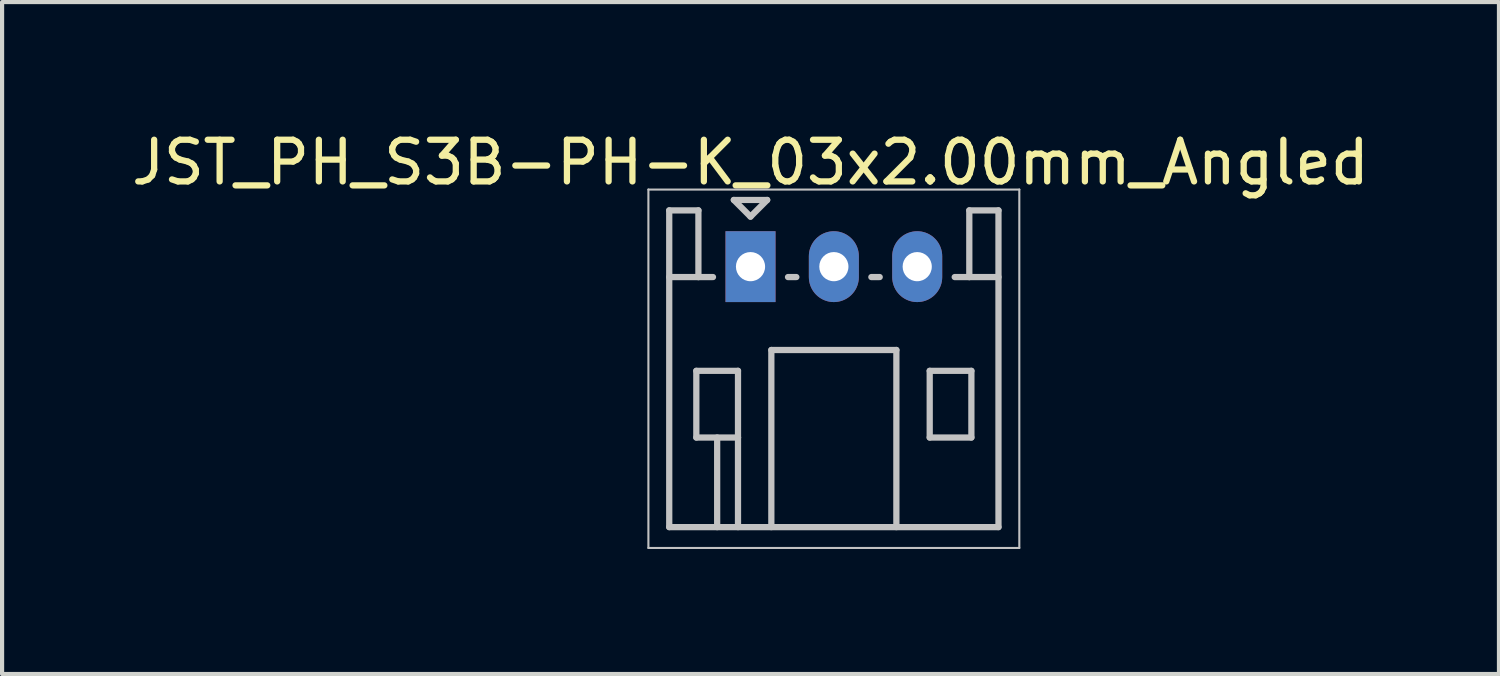
<source format=kicad_pcb>
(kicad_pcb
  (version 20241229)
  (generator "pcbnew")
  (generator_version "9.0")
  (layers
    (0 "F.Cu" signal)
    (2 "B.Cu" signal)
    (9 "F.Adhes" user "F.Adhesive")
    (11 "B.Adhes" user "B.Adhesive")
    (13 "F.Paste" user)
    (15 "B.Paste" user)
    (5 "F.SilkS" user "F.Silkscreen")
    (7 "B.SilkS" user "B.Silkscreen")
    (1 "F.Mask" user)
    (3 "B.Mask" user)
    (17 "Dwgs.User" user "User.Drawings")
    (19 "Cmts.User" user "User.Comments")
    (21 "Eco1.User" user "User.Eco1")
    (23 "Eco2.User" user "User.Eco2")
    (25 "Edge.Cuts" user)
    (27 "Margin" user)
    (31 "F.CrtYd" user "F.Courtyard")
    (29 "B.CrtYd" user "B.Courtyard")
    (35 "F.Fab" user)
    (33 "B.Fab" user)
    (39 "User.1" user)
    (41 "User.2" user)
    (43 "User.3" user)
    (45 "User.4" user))
  (footprint "JST_PH_S3B-PH-K_03x2.00mm_Angled"
    (layer "F.Cu")
    (at 14.958 3.348)
    (property "Reference" "JST_PH_S3B-PH-K_03x2.00mm_Angled" (at 0 -2.5 0) (layer "F.SilkS") (effects (font (size 1 1) (thickness 0.15))))
    (attr through_hole)
    (fp_line (start -2.45 -1.85) (end 6.45 -1.85) (stroke (width 0.05) (type solid)) (layer "Dwgs.User"))
    (fp_line (start -2.45 6.75) (end -2.45 -1.85) (stroke (width 0.05) (type solid)) (layer "Dwgs.User"))
    (fp_line (start -1.95 -1.35) (end -1.95 6.25) (stroke (width 0.15) (type solid)) (layer "Dwgs.User"))
    (fp_line (start -1.95 0.25) (end -1.25 0.25) (stroke (width 0.15) (type solid)) (layer "Dwgs.User"))
    (fp_line (start -1.95 6.25) (end 5.95 6.25) (stroke (width 0.15) (type solid)) (layer "Dwgs.User"))
    (fp_line (start -1.3 2.5) (end -1.3 4.1) (stroke (width 0.15) (type solid)) (layer "Dwgs.User"))
    (fp_line (start -1.3 4.1) (end -0.3 4.1) (stroke (width 0.15) (type solid)) (layer "Dwgs.User"))
    (fp_line (start -1.25 -1.35) (end -1.95 -1.35) (stroke (width 0.15) (type solid)) (layer "Dwgs.User"))
    (fp_line (start -1.25 0.25) (end -1.25 -1.35) (stroke (width 0.15) (type solid)) (layer "Dwgs.User"))
    (fp_line (start -0.9 0.25) (end -1.25 0.25) (stroke (width 0.15) (type solid)) (layer "Dwgs.User"))
    (fp_line (start -0.8 4.1) (end -0.8 6.25) (stroke (width 0.15) (type solid)) (layer "Dwgs.User"))
    (fp_line (start -0.4 -1.6) (end 0.4 -1.6) (stroke (width 0.15) (type solid)) (layer "Dwgs.User"))
    (fp_line (start -0.3 2.5) (end -1.3 2.5) (stroke (width 0.15) (type solid)) (layer "Dwgs.User"))
    (fp_line (start -0.3 4.1) (end -0.3 2.5) (stroke (width 0.15) (type solid)) (layer "Dwgs.User"))
    (fp_line (start -0.3 4.1) (end -0.3 6.25) (stroke (width 0.15) (type solid)) (layer "Dwgs.User"))
    (fp_line (start 0 -1.2) (end -0.4 -1.6) (stroke (width 0.15) (type solid)) (layer "Dwgs.User"))
    (fp_line (start 0.4 -1.6) (end 0 -1.2) (stroke (width 0.15) (type solid)) (layer "Dwgs.User"))
    (fp_line (start 0.5 2) (end 3.5 2) (stroke (width 0.15) (type solid)) (layer "Dwgs.User"))
    (fp_line (start 0.5 6.25) (end 0.5 2) (stroke (width 0.15) (type solid)) (layer "Dwgs.User"))
    (fp_line (start 0.9 0.25) (end 1.1 0.25) (stroke (width 0.15) (type solid)) (layer "Dwgs.User"))
    (fp_line (start 2.9 0.25) (end 3.1 0.25) (stroke (width 0.15) (type solid)) (layer "Dwgs.User"))
    (fp_line (start 3.5 2) (end 3.5 6.25) (stroke (width 0.15) (type solid)) (layer "Dwgs.User"))
    (fp_line (start 4.3 2.5) (end 5.3 2.5) (stroke (width 0.15) (type solid)) (layer "Dwgs.User"))
    (fp_line (start 4.3 4.1) (end 4.3 2.5) (stroke (width 0.15) (type solid)) (layer "Dwgs.User"))
    (fp_line (start 5.25 -1.35) (end 5.25 0.25) (stroke (width 0.15) (type solid)) (layer "Dwgs.User"))
    (fp_line (start 5.25 0.25) (end 4.9 0.25) (stroke (width 0.15) (type solid)) (layer "Dwgs.User"))
    (fp_line (start 5.3 2.5) (end 5.3 4.1) (stroke (width 0.15) (type solid)) (layer "Dwgs.User"))
    (fp_line (start 5.3 4.1) (end 4.3 4.1) (stroke (width 0.15) (type solid)) (layer "Dwgs.User"))
    (fp_line (start 5.95 -1.35) (end 5.25 -1.35) (stroke (width 0.15) (type solid)) (layer "Dwgs.User"))
    (fp_line (start 5.95 0.25) (end 5.25 0.25) (stroke (width 0.15) (type solid)) (layer "Dwgs.User"))
    (fp_line (start 5.95 6.25) (end 5.95 -1.35) (stroke (width 0.15) (type solid)) (layer "Dwgs.User"))
    (fp_line (start 6.45 -1.85) (end 6.45 6.75) (stroke (width 0.05) (type solid)) (layer "Dwgs.User"))
    (fp_line (start 6.45 6.75) (end -2.45 6.75) (stroke (width 0.05) (type solid)) (layer "Dwgs.User"))
    (pad "1" thru_hole rect (at 0 0) (size 1.2 1.7) (drill 0.7) (layers "*.Cu" "*.Mask"))
    (pad "2" thru_hole oval (at 2 0) (size 1.2 1.7) (drill 0.7) (layers "*.Cu" "*.Mask"))
    (pad "3" thru_hole oval (at 4 0) (size 1.2 1.7) (drill 0.7) (layers "*.Cu" "*.Mask")))
  (gr_rect
    (start -3 -3)
    (end 32.917 13.123)
    (stroke (width 0.1) (type default))
    (fill no)
    (layer "Edge.Cuts")))
</source>
